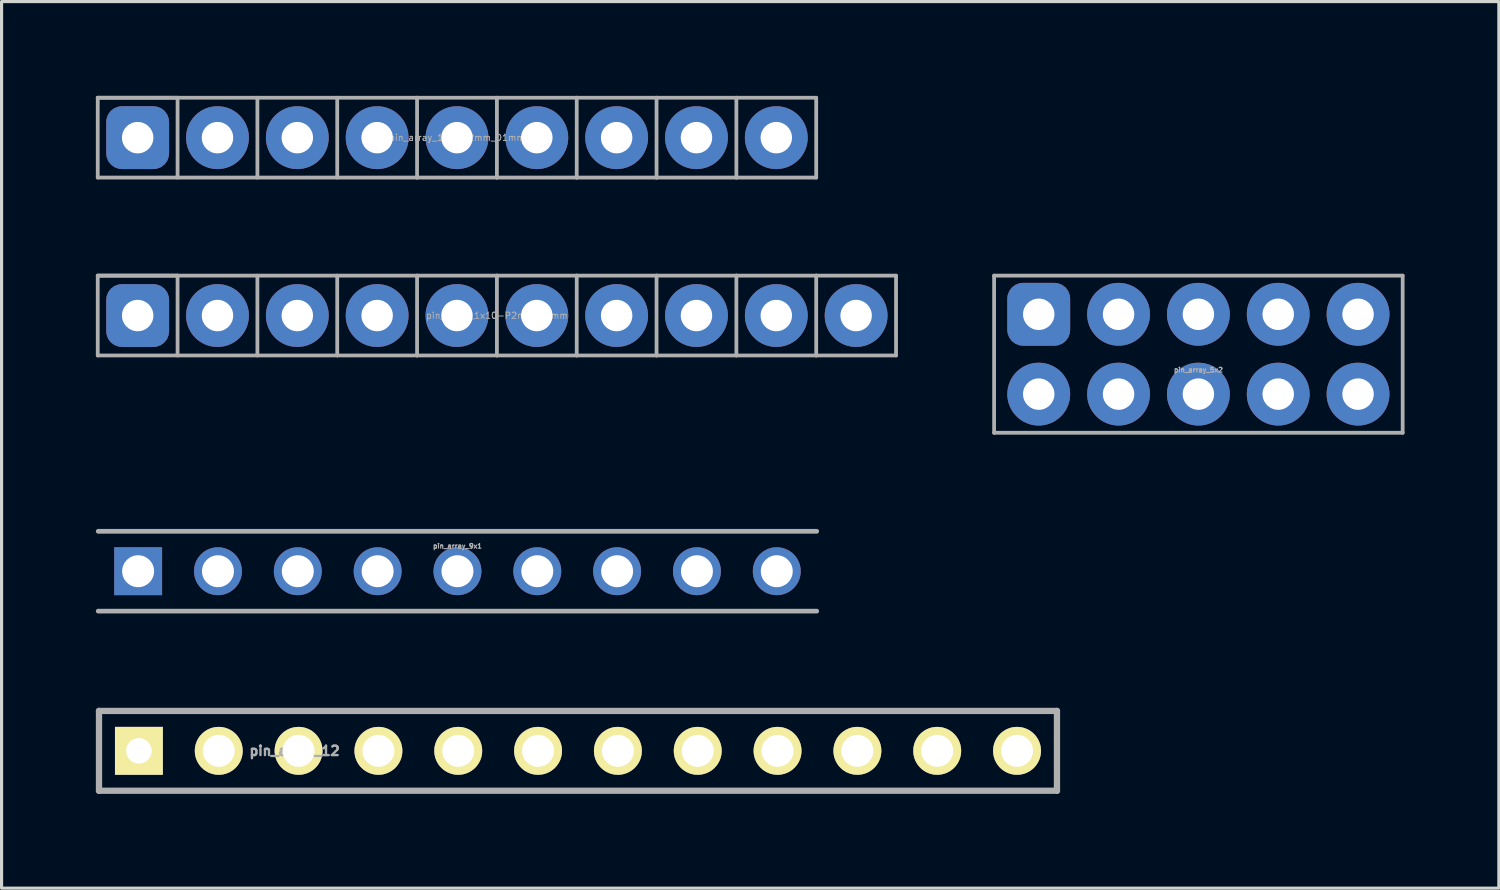
<source format=kicad_pcb>
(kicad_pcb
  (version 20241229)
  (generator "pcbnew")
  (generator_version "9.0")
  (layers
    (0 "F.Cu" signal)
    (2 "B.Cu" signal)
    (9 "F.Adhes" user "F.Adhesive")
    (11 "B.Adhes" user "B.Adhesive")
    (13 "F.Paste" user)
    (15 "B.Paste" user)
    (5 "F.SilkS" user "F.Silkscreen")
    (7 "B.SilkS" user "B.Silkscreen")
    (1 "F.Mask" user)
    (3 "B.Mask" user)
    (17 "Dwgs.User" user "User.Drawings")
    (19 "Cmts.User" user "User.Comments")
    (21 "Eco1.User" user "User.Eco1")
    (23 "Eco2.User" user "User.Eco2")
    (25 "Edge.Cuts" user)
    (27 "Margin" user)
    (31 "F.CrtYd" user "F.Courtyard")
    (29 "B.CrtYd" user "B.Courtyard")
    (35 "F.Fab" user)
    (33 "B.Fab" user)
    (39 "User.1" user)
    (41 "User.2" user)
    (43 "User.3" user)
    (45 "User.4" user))
  (footprint "pin_array_1x10-P2mm_D1mm"
    (layer "F.Cu")
    (at 12.76 6.99)
    (property "Reference" "pin_array_1x10-P2mm_D1mm" (at 0 0 0) (layer "F.Fab") (effects (font (size 0.2 0.2) (thickness 0.03))))
    (attr through_hole)
    (fp_line (start -12.7 -1.27) (end -10.16 -1.27) (stroke (width 0.12) (type solid)) (layer "F.Fab"))
    (fp_line (start -12.7 -1.27) (end -2.54 -1.27) (stroke (width 0.12) (type solid)) (layer "F.Fab"))
    (fp_line (start -12.7 1.27) (end -12.7 -1.27) (stroke (width 0.12) (type solid)) (layer "F.Fab"))
    (fp_line (start -10.16 -1.27) (end -10.16 1.27) (stroke (width 0.12) (type solid)) (layer "F.Fab"))
    (fp_line (start -7.62 -1.27) (end -7.62 1.27) (stroke (width 0.12) (type solid)) (layer "F.Fab"))
    (fp_line (start -5.08 -1.27) (end -5.08 1.27) (stroke (width 0.12) (type solid)) (layer "F.Fab"))
    (fp_line (start -2.54 -1.27) (end -2.54 1.27) (stroke (width 0.12) (type solid)) (layer "F.Fab"))
    (fp_line (start -2.54 -1.27) (end 0 -1.27) (stroke (width 0.12) (type solid)) (layer "F.Fab"))
    (fp_line (start -2.54 1.27) (end -12.7 1.27) (stroke (width 0.12) (type solid)) (layer "F.Fab"))
    (fp_line (start 0 -1.27) (end 0 1.27) (stroke (width 0.12) (type solid)) (layer "F.Fab"))
    (fp_line (start 0 -1.27) (end 2.54 -1.27) (stroke (width 0.12) (type solid)) (layer "F.Fab"))
    (fp_line (start 0 1.27) (end -2.54 1.27) (stroke (width 0.12) (type solid)) (layer "F.Fab"))
    (fp_line (start 2.54 -1.27) (end 2.54 1.27) (stroke (width 0.12) (type solid)) (layer "F.Fab"))
    (fp_line (start 2.54 -1.27) (end 5.08 -1.27) (stroke (width 0.12) (type solid)) (layer "F.Fab"))
    (fp_line (start 2.54 1.27) (end 0 1.27) (stroke (width 0.12) (type solid)) (layer "F.Fab"))
    (fp_line (start 5.08 -1.27) (end 5.08 1.27) (stroke (width 0.12) (type solid)) (layer "F.Fab"))
    (fp_line (start 5.08 -1.27) (end 7.62 -1.27) (stroke (width 0.12) (type solid)) (layer "F.Fab"))
    (fp_line (start 5.08 1.27) (end 2.54 1.27) (stroke (width 0.12) (type solid)) (layer "F.Fab"))
    (fp_line (start 7.62 -1.27) (end 7.62 1.27) (stroke (width 0.12) (type solid)) (layer "F.Fab"))
    (fp_line (start 7.62 -1.27) (end 10.16 -1.27) (stroke (width 0.12) (type solid)) (layer "F.Fab"))
    (fp_line (start 7.62 1.27) (end 5.08 1.27) (stroke (width 0.12) (type solid)) (layer "F.Fab"))
    (fp_line (start 10.16 -1.27) (end 10.16 1.27) (stroke (width 0.12) (type solid)) (layer "F.Fab"))
    (fp_line (start 10.16 -1.27) (end 12.7 -1.27) (stroke (width 0.12) (type solid)) (layer "F.Fab"))
    (fp_line (start 10.16 1.27) (end 7.62 1.27) (stroke (width 0.12) (type solid)) (layer "F.Fab"))
    (fp_line (start 12.7 -1.27) (end 12.7 1.27) (stroke (width 0.12) (type solid)) (layer "F.Fab"))
    (fp_line (start 12.7 1.27) (end 10.16 1.27) (stroke (width 0.12) (type solid)) (layer "F.Fab"))
    (pad "1" thru_hole roundrect (at -11.43 0) (size 2 2) (drill 1) (layers "*.Cu" "*.Mask") (roundrect_rratio 0.25))
    (pad "2" thru_hole circle (at -8.89 0) (size 2 2) (drill 1) (layers "*.Cu" "*.Mask"))
    (pad "3" thru_hole circle (at -6.35 0) (size 2 2) (drill 1) (layers "*.Cu" "*.Mask"))
    (pad "4" thru_hole circle (at -3.81 0) (size 2 2) (drill 1) (layers "*.Cu" "*.Mask"))
    (pad "5" thru_hole circle (at -1.27 0) (size 2 2) (drill 1) (layers "*.Cu" "*.Mask"))
    (pad "6" thru_hole circle (at 1.27 0) (size 2 2) (drill 1) (layers "*.Cu" "*.Mask"))
    (pad "7" thru_hole circle (at 3.81 0) (size 2 2) (drill 1) (layers "*.Cu" "*.Mask"))
    (pad "8" thru_hole circle (at 6.35 0) (size 2 2) (drill 1) (layers "*.Cu" "*.Mask"))
    (pad "9" thru_hole circle (at 8.89 0) (size 2 2) (drill 1) (layers "*.Cu" "*.Mask"))
    (pad "10" thru_hole circle (at 11.43 0) (size 2 2) (drill 1) (layers "*.Cu" "*.Mask")))
  (footprint "pin_array_5x2"
    (layer "F.Cu")
    (at 35.08 8.22)
    (property "Reference" "pin_array_5x2" (at 0 0.5 0) (layer "F.Fab") (effects (font (size 0.15 0.15) (thickness 0.037))))
    (attr through_hole)
    (fp_line (start -6.5 -2.5) (end 6.5 -2.5) (stroke (width 0.12) (type solid)) (layer "F.Fab"))
    (fp_line (start -6.5 2.5) (end -6.5 -2.5) (stroke (width 0.12) (type solid)) (layer "F.Fab"))
    (fp_line (start 6.5 -2.5) (end 6.5 2.5) (stroke (width 0.12) (type solid)) (layer "F.Fab"))
    (fp_line (start 6.5 2.5) (end -6.5 2.5) (stroke (width 0.12) (type solid)) (layer "F.Fab"))
    (pad "1" thru_hole roundrect (at -5.08 -1.27) (size 2 2) (drill 1) (layers "*.Cu" "*.Mask") (roundrect_rratio 0.25))
    (pad "2" thru_hole circle (at -5.08 1.27) (size 2 2) (drill 1) (layers "*.Cu" "*.Mask"))
    (pad "3" thru_hole circle (at -2.54 -1.27) (size 2 2) (drill 1) (layers "*.Cu" "*.Mask"))
    (pad "4" thru_hole circle (at -2.54 1.27) (size 2 2) (drill 1) (layers "*.Cu" "*.Mask"))
    (pad "5" thru_hole circle (at 0 -1.27) (size 2 2) (drill 1) (layers "*.Cu" "*.Mask"))
    (pad "6" thru_hole circle (at 0 1.27) (size 2 2) (drill 1) (layers "*.Cu" "*.Mask"))
    (pad "7" thru_hole circle (at 2.54 -1.27) (size 2 2) (drill 1) (layers "*.Cu" "*.Mask"))
    (pad "8" thru_hole circle (at 2.54 1.27) (size 2 2) (drill 1) (layers "*.Cu" "*.Mask"))
    (pad "9" thru_hole circle (at 5.08 -1.27) (size 2 2) (drill 1) (layers "*.Cu" "*.Mask"))
    (pad "10" thru_hole circle (at 5.08 1.27) (size 2 2) (drill 1) (layers "*.Cu" "*.Mask")))
  (footprint "pin_array_1x9-P2mm_D1mm"
    (layer "F.Cu")
    (at 11.49 1.33)
    (property "Reference" "pin_array_1x9-P2mm_D1mm" (at 0 0 0) (layer "F.Fab") (effects (font (size 0.2 0.2) (thickness 0.03))))
    (attr through_hole)
    (fp_line (start -11.43 -1.27) (end -8.89 -1.27) (stroke (width 0.12) (type solid)) (layer "F.Fab"))
    (fp_line (start -11.43 -1.27) (end -1.27 -1.27) (stroke (width 0.12) (type solid)) (layer "F.Fab"))
    (fp_line (start -11.43 1.27) (end -11.43 -1.27) (stroke (width 0.12) (type solid)) (layer "F.Fab"))
    (fp_line (start -8.89 -1.27) (end -8.89 1.27) (stroke (width 0.12) (type solid)) (layer "F.Fab"))
    (fp_line (start -6.35 -1.27) (end -6.35 1.27) (stroke (width 0.12) (type solid)) (layer "F.Fab"))
    (fp_line (start -3.81 -1.27) (end -3.81 1.27) (stroke (width 0.12) (type solid)) (layer "F.Fab"))
    (fp_line (start -1.27 -1.27) (end -1.27 1.27) (stroke (width 0.12) (type solid)) (layer "F.Fab"))
    (fp_line (start -1.27 -1.27) (end 1.27 -1.27) (stroke (width 0.12) (type solid)) (layer "F.Fab"))
    (fp_line (start -1.27 1.27) (end -11.43 1.27) (stroke (width 0.12) (type solid)) (layer "F.Fab"))
    (fp_line (start 1.27 -1.27) (end 1.27 1.27) (stroke (width 0.12) (type solid)) (layer "F.Fab"))
    (fp_line (start 1.27 -1.27) (end 3.81 -1.27) (stroke (width 0.12) (type solid)) (layer "F.Fab"))
    (fp_line (start 1.27 1.27) (end -1.27 1.27) (stroke (width 0.12) (type solid)) (layer "F.Fab"))
    (fp_line (start 3.81 -1.27) (end 3.81 1.27) (stroke (width 0.12) (type solid)) (layer "F.Fab"))
    (fp_line (start 3.81 -1.27) (end 6.35 -1.27) (stroke (width 0.12) (type solid)) (layer "F.Fab"))
    (fp_line (start 3.81 1.27) (end 1.27 1.27) (stroke (width 0.12) (type solid)) (layer "F.Fab"))
    (fp_line (start 6.35 -1.27) (end 6.35 1.27) (stroke (width 0.12) (type solid)) (layer "F.Fab"))
    (fp_line (start 6.35 -1.27) (end 8.89 -1.27) (stroke (width 0.12) (type solid)) (layer "F.Fab"))
    (fp_line (start 6.35 1.27) (end 3.81 1.27) (stroke (width 0.12) (type solid)) (layer "F.Fab"))
    (fp_line (start 8.89 -1.27) (end 8.89 1.27) (stroke (width 0.12) (type solid)) (layer "F.Fab"))
    (fp_line (start 8.89 -1.27) (end 11.43 -1.27) (stroke (width 0.12) (type solid)) (layer "F.Fab"))
    (fp_line (start 8.89 1.27) (end 6.35 1.27) (stroke (width 0.12) (type solid)) (layer "F.Fab"))
    (fp_line (start 11.43 -1.27) (end 11.43 1.27) (stroke (width 0.12) (type solid)) (layer "F.Fab"))
    (fp_line (start 11.43 1.27) (end 8.89 1.27) (stroke (width 0.12) (type solid)) (layer "F.Fab"))
    (pad "1" thru_hole roundrect (at -10.16 0) (size 2 2) (drill 1) (layers "*.Cu" "*.Mask") (roundrect_rratio 0.25))
    (pad "2" thru_hole circle (at -7.62 0) (size 2 2) (drill 1) (layers "*.Cu" "*.Mask"))
    (pad "3" thru_hole circle (at -5.08 0) (size 2 2) (drill 1) (layers "*.Cu" "*.Mask"))
    (pad "4" thru_hole circle (at -2.54 0) (size 2 2) (drill 1) (layers "*.Cu" "*.Mask"))
    (pad "5" thru_hole circle (at 0 0) (size 2 2) (drill 1) (layers "*.Cu" "*.Mask"))
    (pad "6" thru_hole circle (at 2.54 0) (size 2 2) (drill 1) (layers "*.Cu" "*.Mask"))
    (pad "7" thru_hole circle (at 5.08 0) (size 2 2) (drill 1) (layers "*.Cu" "*.Mask"))
    (pad "8" thru_hole circle (at 7.62 0) (size 2 2) (drill 1) (layers "*.Cu" "*.Mask"))
    (pad "9" thru_hole circle (at 10.16 0) (size 2 2) (drill 1) (layers "*.Cu" "*.Mask")))
  (footprint "pin_array_9x1"
    (layer "F.Cu")
    (at 11.505 15.125)
    (property "Reference" "pin_array_9x1" (at 0 -0.8 0) (layer "F.Fab") (effects (font (size 0.15 0.15) (thickness 0.037))))
    (attr through_hole)
    (fp_line (start -11.43 -1.27) (end 11.43 -1.27) (stroke (width 0.15) (type solid)) (layer "F.Fab"))
    (fp_line (start 11.43 1.27) (end -11.43 1.27) (stroke (width 0.15) (type solid)) (layer "F.Fab"))
    (pad "1" thru_hole rect (at -10.16 0) (size 1.524 1.524) (drill 1.016) (layers "*.Cu" "*.Mask"))
    (pad "2" thru_hole circle (at -7.62 0) (size 1.524 1.524) (drill 1.016) (layers "*.Cu" "*.Mask"))
    (pad "3" thru_hole circle (at -5.08 0) (size 1.524 1.524) (drill 1.016) (layers "*.Cu" "*.Mask"))
    (pad "4" thru_hole circle (at -2.54 0) (size 1.524 1.524) (drill 1.016) (layers "*.Cu" "*.Mask"))
    (pad "5" thru_hole circle (at 0 0) (size 1.524 1.524) (drill 1.016) (layers "*.Cu" "*.Mask"))
    (pad "6" thru_hole circle (at 2.54 0) (size 1.524 1.524) (drill 1.016) (layers "*.Cu" "*.Mask"))
    (pad "7" thru_hole circle (at 5.08 0) (size 1.524 1.524) (drill 1.016) (layers "*.Cu" "*.Mask"))
    (pad "8" thru_hole circle (at 7.62 0) (size 1.524 1.524) (drill 1.016) (layers "*.Cu" "*.Mask"))
    (pad "9" thru_hole circle (at 10.16 0) (size 1.524 1.524) (drill 1.016) (layers "*.Cu" "*.Mask")))
  (footprint "pin_array_12"
    (layer "F.Cu")
    (at 15.34 20.84)
    (property "Reference" "pin_array_12" (at -9.017 0 0) (layer "F.Fab") (effects (font (size 0.3 0.3) (thickness 0.075))))
    (attr through_hole)
    (fp_line (start -15.24 -1.27) (end 15.24 -1.27) (stroke (width 0.2) (type solid)) (layer "F.Fab"))
    (fp_line (start -15.24 1.27) (end -15.24 -1.27) (stroke (width 0.2) (type solid)) (layer "F.Fab"))
    (fp_line (start 15.24 1.27) (end -15.24 1.27) (stroke (width 0.2) (type solid)) (layer "F.Fab"))
    (fp_line (start 15.24 1.27) (end 15.24 -1.27) (stroke (width 0.2) (type solid)) (layer "F.Fab"))
    (pad "1" thru_hole rect (at -13.97 0) (size 1.524 1.524) (drill 0.813) (layers "*.Cu" "*.Mask" "F.SilkS"))
    (pad "2" thru_hole circle (at -11.43 0) (size 1.524 1.524) (drill 1.016) (layers "*.Cu" "*.Mask" "F.SilkS"))
    (pad "3" thru_hole circle (at -8.89 0) (size 1.524 1.524) (drill 1.016) (layers "*.Cu" "*.Mask" "F.SilkS"))
    (pad "4" thru_hole circle (at -6.35 0) (size 1.524 1.524) (drill 1.016) (layers "*.Cu" "*.Mask" "F.SilkS"))
    (pad "5" thru_hole circle (at -3.81 0) (size 1.524 1.524) (drill 1.016) (layers "*.Cu" "*.Mask" "F.SilkS"))
    (pad "6" thru_hole circle (at -1.27 0) (size 1.524 1.524) (drill 1.016) (layers "*.Cu" "*.Mask" "F.SilkS"))
    (pad "7" thru_hole circle (at 1.27 0) (size 1.524 1.524) (drill 1.016) (layers "*.Cu" "*.Mask" "F.SilkS"))
    (pad "8" thru_hole circle (at 3.81 0) (size 1.524 1.524) (drill 1.016) (layers "*.Cu" "*.Mask" "F.SilkS"))
    (pad "9" thru_hole circle (at 6.35 0) (size 1.524 1.524) (drill 1.016) (layers "*.Cu" "*.Mask" "F.SilkS"))
    (pad "10" thru_hole circle (at 8.89 0) (size 1.524 1.524) (drill 1.016) (layers "*.Cu" "*.Mask" "F.SilkS"))
    (pad "11" thru_hole circle (at 11.43 0) (size 1.524 1.524) (drill 1.016) (layers "*.Cu" "*.Mask" "F.SilkS"))
    (pad "12" thru_hole circle (at 13.97 0) (size 1.524 1.524) (drill 1.016) (layers "*.Cu" "*.Mask" "F.SilkS")))
  (gr_rect
    (start -3 -3)
    (end 44.64 25.21)
    (stroke (width 0.1) (type default))
    (fill no)
    (layer "Edge.Cuts")))
</source>
